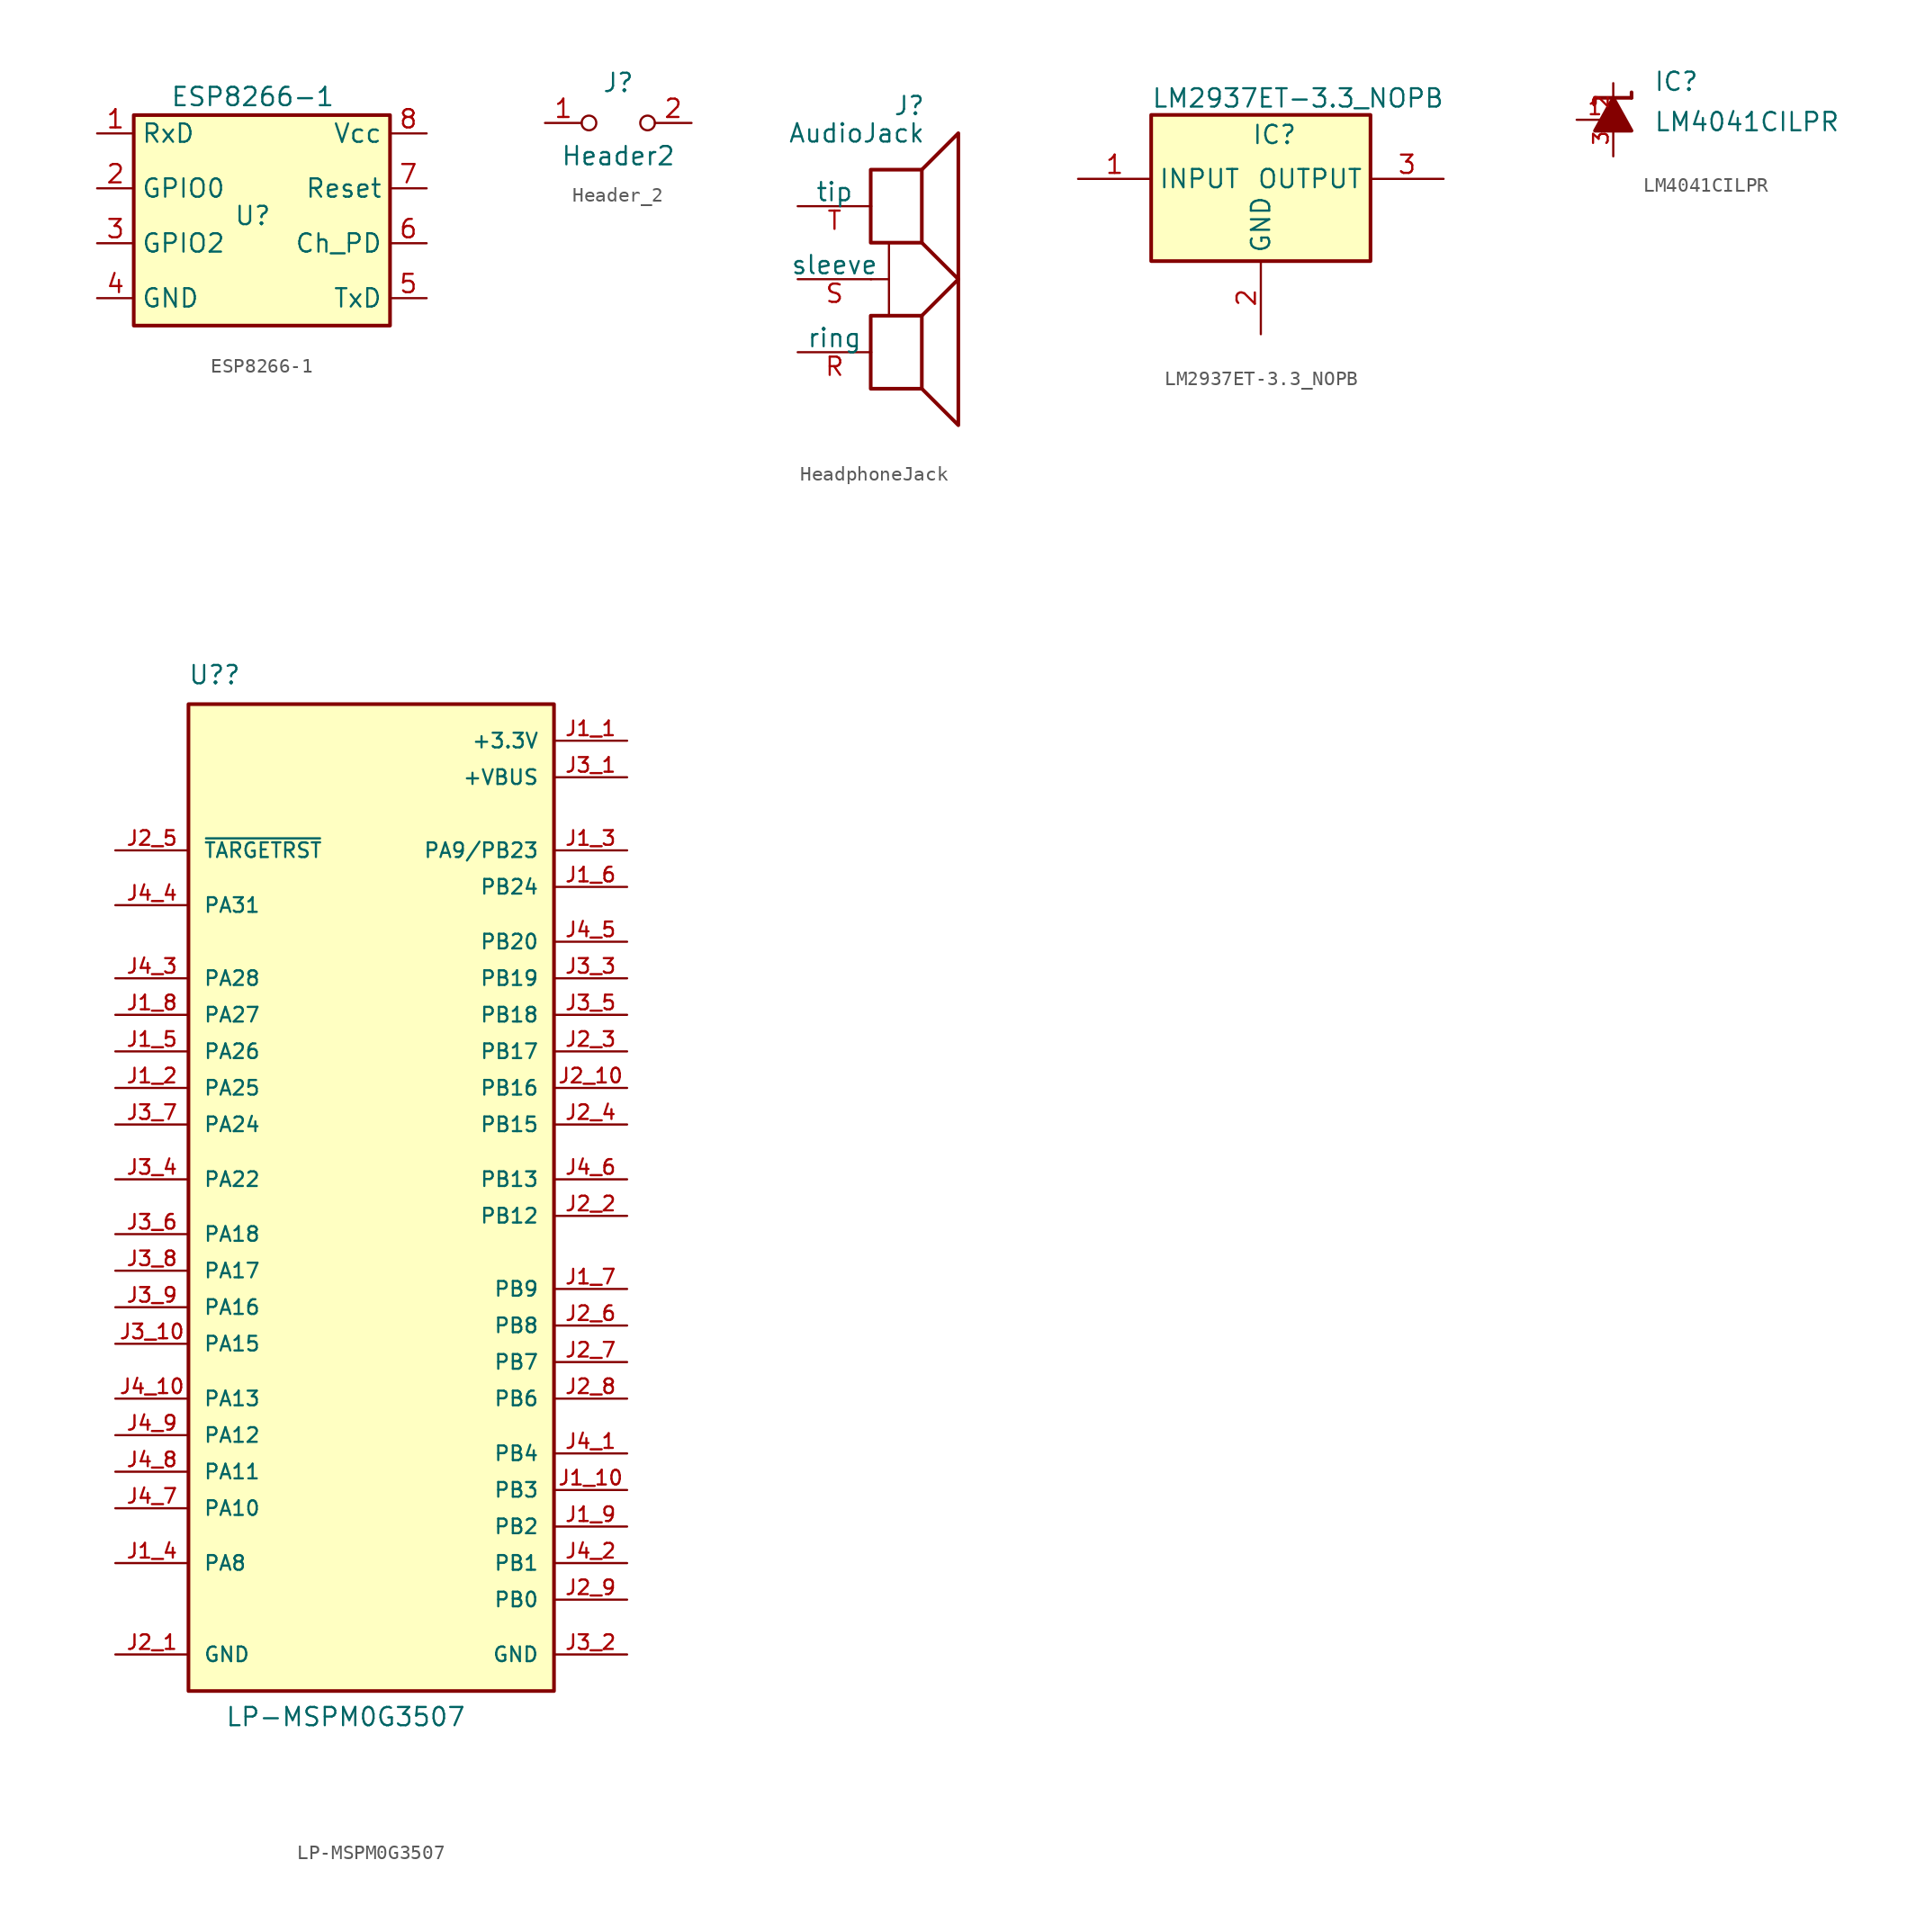
<source format=kicad_sym>
(kicad_symbol_lib
  (version 20231120)
  (generator "kicad_symbol_editor")
  (generator_version "8.0")
  (symbol "ESP8266-1"
    (property "Reference" "U"
      (at 0 0 0)
      (effects (font (size 1.27 1.27))))
    (property "Value" "ESP8266-1"
      (at 0 8.255 0)
      (effects (font (size 1.27 1.27))))
    (symbol "ESP8266-1_1_1"
      (rectangle (start -8.255 6.985) (end 9.525 -7.62) (stroke (width 0.254) (type default)) (fill (type background)))
      (pin passive line (at -10.795 5.715 0) (length 2.54) (name "RxD" (effects (font (size 1.27 1.27)))) (number "1" (effects (font (size 1.27 1.27)))))
      (pin passive line (at -10.795 1.905 0) (length 2.54) (name "GPIO0" (effects (font (size 1.27 1.27)))) (number "2" (effects (font (size 1.27 1.27)))))
      (pin passive line (at -10.795 -1.905 0) (length 2.54) (name "GPIO2" (effects (font (size 1.27 1.27)))) (number "3" (effects (font (size 1.27 1.27)))))
      (pin passive line (at -10.795 -5.715 0) (length 2.54) (name "GND" (effects (font (size 1.27 1.27)))) (number "4" (effects (font (size 1.27 1.27)))))
      (pin passive line (at 12.065 -5.715 180) (length 2.54) (name "TxD" (effects (font (size 1.27 1.27)))) (number "5" (effects (font (size 1.27 1.27)))))
      (pin passive line (at 12.065 -1.905 180) (length 2.54) (name "Ch_PD" (effects (font (size 1.27 1.27)))) (number "6" (effects (font (size 1.27 1.27)))))
      (pin passive line (at 12.065 1.905 180) (length 2.54) (name "Reset" (effects (font (size 1.27 1.27)))) (number "7" (effects (font (size 1.27 1.27)))))
      (pin passive line (at 12.065 5.715 180) (length 2.54) (name "Vcc" (effects (font (size 1.27 1.27)))) (number "8" (effects (font (size 1.27 1.27)))))))
  (symbol "Header_2"
    (pin_names
      (offset 0) hide)
    (property "Reference" "J"
      (at 0 2.794 0)
      (effects (font (size 1.27 1.27))))
    (property "Value" "Header2"
      (at 0 -2.286 0)
      (effects (font (size 1.27 1.27))))
    (symbol "Header_2_0_0"
      (circle (center -2.032 0) (radius 0.508) (stroke (width 0) (type default)) (fill (type none)))
      (circle (center 2.032 0) (radius 0.508) (stroke (width 0) (type default)) (fill (type none))))
    (symbol "Header_2_1_1"
      (pin passive line (at -5.08 0 0) (length 2.54) (name "A" (effects (font (size 1.27 1.27)))) (number "1" (effects (font (size 1.27 1.27)))))
      (pin passive line (at 5.08 0 180) (length 2.54) (name "B" (effects (font (size 1.27 1.27)))) (number "2" (effects (font (size 1.27 1.27)))))))
  (symbol "HeadphoneJack"
    (pin_names
      (offset 0))
    (property "Reference" "J"
      (at 1.27 5.715 0)
      (effects (font (size 1.27 1.27)) (justify right)))
    (property "Value" "AudioJack"
      (at 1.27 3.81 0)
      (effects (font (size 1.27 1.27)) (justify right)))
    (symbol "HeadphoneJack_0_0"
      (rectangle (start -2.54 -8.89) (end 1.016 -13.97) (stroke (width 0.254) (type default)) (fill (type none)))
      (rectangle (start -2.54 1.27) (end 1.016 -3.81) (stroke (width 0.254) (type default)) (fill (type none)))
      (polyline (pts (xy 1.016 -8.89) (xy 3.556 -6.35) (xy 3.556 -16.51) (xy 1.016 -13.97)) (stroke (width 0.254) (type default)) (fill (type none)))
      (polyline (pts (xy 1.016 1.27) (xy 3.556 3.81) (xy 3.556 -6.35) (xy 1.016 -3.81)) (stroke (width 0.254) (type default)) (fill (type none))))
    (symbol "HeadphoneJack_0_1"
      (polyline (pts (xy -2.54 -6.35) (xy -1.27 -6.35) (xy -1.27 -3.81) (xy -1.27 -8.89)) (stroke (width 0) (type default)) (fill (type none))))
    (symbol "HeadphoneJack_1_1"
      (pin input line (at -7.62 -11.43 0) (length 5.12) (name "ring" (effects (font (size 1.27 1.27)))) (number "R" (effects (font (size 1.27 1.27)))))
      (pin input line (at -7.62 -6.35 0) (length 5.12) (name "sleeve" (effects (font (size 1.27 1.27)))) (number "S" (effects (font (size 1.27 1.27)))))
      (pin input line (at -7.62 -1.27 0) (length 5.12) (name "tip" (effects (font (size 1.27 1.27)))) (number "T" (effects (font (size 1.27 1.27)))))))
  (symbol "LM2937ET-3.3_NOPB"
    (property "Reference" "IC"
      (at 12.065 1.905 0)
      (effects (font (size 1.27 1.27)) (justify left top)))
    (property "Value" "LM2937ET-3.3_NOPB"
      (at 5.08 4.445 0)
      (effects (font (size 1.27 1.27)) (justify left top)))
    (symbol "LM2937ET-3.3_NOPB_1_1"
      (rectangle (start 5.08 2.54) (end 20.32 -7.62) (stroke (width 0.254) (type default)) (fill (type background)))
      (pin power_in line (at 0 -1.905 0) (length 5.08) (name "INPUT" (effects (font (size 1.27 1.27)))) (number "1" (effects (font (size 1.27 1.27)))))
      (pin passive line (at 12.7 -12.7 90) (length 5.08) (name "GND" (effects (font (size 1.27 1.27)))) (number "2" (effects (font (size 1.27 1.27)))))
      (pin power_out line (at 25.4 -1.905 180) (length 5.08) (name "OUTPUT" (effects (font (size 1.27 1.27)))) (number "3" (effects (font (size 1.27 1.27)))))))
  (symbol "LM4041CILPR"
    (pin_names
      (offset 1.016))
    (property "Reference" "IC"
      (at 2.796 1.907 0)
      (effects (font (size 1.27 1.27)) (justify left bottom)))
    (property "Value" "LM4041CILPR"
      (at 2.796 -0.89 0)
      (effects (font (size 1.27 1.27)) (justify left bottom)))
    (symbol "LM4041CILPR_0_0"
      (polyline (pts (xy -1.27 1.524) (xy -1.27 1.143)) (stroke (width 0.254) (type default)) (fill (type none)))
      (polyline (pts (xy 0 1.524) (xy -1.27 1.524)) (stroke (width 0.254) (type default)) (fill (type none)))
      (polyline (pts (xy 1.27 1.524) (xy 0 1.524)) (stroke (width 0.254) (type default)) (fill (type none)))
      (polyline (pts (xy 1.27 1.905) (xy 1.27 1.524)) (stroke (width 0.254) (type default)) (fill (type none)))
      (polyline (pts (xy 0 1.524) (xy -1.27 -0.762) (xy 1.27 -0.762) (xy 0 1.524)) (stroke (width 0.254) (type default)) (fill (type outline)))
      (pin passive line (at -2.54 0 0) (length 2.54) (name "~" (effects (font (size 1.016 1.016)))) (number "1" (effects (font (size 1.016 1.016)))))
      (pin passive line (at 0 2.54 270) (length 2.54) (name "~" (effects (font (size 1.016 1.016)))) (number "2" (effects (font (size 1.016 1.016)))))
      (pin passive line (at 0 -2.54 90) (length 2.54) (name "~" (effects (font (size 1.016 1.016)))) (number "3" (effects (font (size 1.016 1.016)))))))
  (symbol "LP-MSPM0G3507"
    (pin_names
      (offset 1.016))
    (property "Reference" "U?"
      (at -12.737 34.31 0)
      (effects (font (size 1.27 1.27)) (justify left bottom)))
    (property "Value" "LP-MSPM0G3507"
      (at -10.16 -38.1 0)
      (effects (font (size 1.27 1.27)) (justify left bottom)))
    (symbol "LP-MSPM0G3507_0_0"
      (rectangle (start -12.7 -35.56) (end 12.7 33.02) (stroke (width 0.254) (type default)) (fill (type background))))
    (symbol "LP-MSPM0G3507_1_0"
      (pin power_out line (at 17.78 30.48 180) (length 5.08) (name "+3.3V" (effects (font (size 1.016 1.016)))) (number "J1_1" (effects (font (size 1.016 1.016)))))
      (pin bidirectional line (at 17.78 -21.59 180) (length 5.08) (name "PB3" (effects (font (size 1.016 1.016)))) (number "J1_10" (effects (font (size 1.016 1.016)))))
      (pin bidirectional line (at -17.78 6.35 0) (length 5.08) (name "PA25" (effects (font (size 1.016 1.016)))) (number "J1_2" (effects (font (size 1.016 1.016)))))
      (pin bidirectional line (at 17.78 22.86 180) (length 5.08) (name "PA9/PB23" (effects (font (size 1.016 1.016)))) (number "J1_3" (effects (font (size 1.016 1.016)))))
      (pin bidirectional line (at -17.78 -26.67 0) (length 5.08) (name "PA8" (effects (font (size 1.016 1.016)))) (number "J1_4" (effects (font (size 1.016 1.016)))))
      (pin bidirectional line (at -17.78 8.89 0) (length 5.08) (name "PA26" (effects (font (size 1.016 1.016)))) (number "J1_5" (effects (font (size 1.016 1.016)))))
      (pin bidirectional line (at 17.78 20.32 180) (length 5.08) (name "PB24" (effects (font (size 1.016 1.016)))) (number "J1_6" (effects (font (size 1.016 1.016)))))
      (pin bidirectional line (at 17.78 -7.62 180) (length 5.08) (name "PB9" (effects (font (size 1.016 1.016)))) (number "J1_7" (effects (font (size 1.016 1.016)))))
      (pin bidirectional line (at -17.78 11.43 0) (length 5.08) (name "PA27" (effects (font (size 1.016 1.016)))) (number "J1_8" (effects (font (size 1.016 1.016)))))
      (pin bidirectional line (at 17.78 -24.13 180) (length 5.08) (name "PB2" (effects (font (size 1.016 1.016)))) (number "J1_9" (effects (font (size 1.016 1.016)))))
      (pin power_out line (at -17.78 -33.02 0) (length 5.08) (name "GND" (effects (font (size 1.016 1.016)))) (number "J2_1" (effects (font (size 1.016 1.016)))))
      (pin bidirectional line (at 17.78 6.35 180) (length 5.08) (name "PB16" (effects (font (size 1.016 1.016)))) (number "J2_10" (effects (font (size 1.016 1.016)))))
      (pin bidirectional line (at 17.78 -2.54 180) (length 5.08) (name "PB12" (effects (font (size 1.016 1.016)))) (number "J2_2" (effects (font (size 1.016 1.016)))))
      (pin bidirectional line (at 17.78 8.89 180) (length 5.08) (name "PB17" (effects (font (size 1.016 1.016)))) (number "J2_3" (effects (font (size 1.016 1.016)))))
      (pin bidirectional line (at 17.78 3.81 180) (length 5.08) (name "PB15" (effects (font (size 1.016 1.016)))) (number "J2_4" (effects (font (size 1.016 1.016)))))
      (pin input line (at -17.78 22.86 0) (length 5.08) (name "~{TARGETRST}" (effects (font (size 1.016 1.016)))) (number "J2_5" (effects (font (size 1.016 1.016)))))
      (pin bidirectional line (at 17.78 -10.16 180) (length 5.08) (name "PB8" (effects (font (size 1.016 1.016)))) (number "J2_6" (effects (font (size 1.016 1.016)))))
      (pin bidirectional line (at 17.78 -12.7 180) (length 5.08) (name "PB7" (effects (font (size 1.016 1.016)))) (number "J2_7" (effects (font (size 1.016 1.016)))))
      (pin bidirectional line (at 17.78 -15.24 180) (length 5.08) (name "PB6" (effects (font (size 1.016 1.016)))) (number "J2_8" (effects (font (size 1.016 1.016)))))
      (pin bidirectional line (at 17.78 -29.21 180) (length 5.08) (name "PB0" (effects (font (size 1.016 1.016)))) (number "J2_9" (effects (font (size 1.016 1.016)))))
      (pin power_out line (at 17.78 27.94 180) (length 5.08) (name "+VBUS" (effects (font (size 1.016 1.016)))) (number "J3_1" (effects (font (size 1.016 1.016)))))
      (pin bidirectional line (at -17.78 -11.43 0) (length 5.08) (name "PA15" (effects (font (size 1.016 1.016)))) (number "J3_10" (effects (font (size 1.016 1.016)))))
      (pin power_out line (at 17.78 -33.02 180) (length 5.08) (name "GND" (effects (font (size 1.016 1.016)))) (number "J3_2" (effects (font (size 1.016 1.016)))))
      (pin bidirectional line (at 17.78 13.97 180) (length 5.08) (name "PB19" (effects (font (size 1.016 1.016)))) (number "J3_3" (effects (font (size 1.016 1.016)))))
      (pin bidirectional line (at -17.78 0 0) (length 5.08) (name "PA22" (effects (font (size 1.016 1.016)))) (number "J3_4" (effects (font (size 1.016 1.016)))))
      (pin bidirectional line (at 17.78 11.43 180) (length 5.08) (name "PB18" (effects (font (size 1.016 1.016)))) (number "J3_5" (effects (font (size 1.016 1.016)))))
      (pin bidirectional line (at -17.78 -3.81 0) (length 5.08) (name "PA18" (effects (font (size 1.016 1.016)))) (number "J3_6" (effects (font (size 1.016 1.016)))))
      (pin bidirectional line (at -17.78 3.81 0) (length 5.08) (name "PA24" (effects (font (size 1.016 1.016)))) (number "J3_7" (effects (font (size 1.016 1.016)))))
      (pin bidirectional line (at -17.78 -6.35 0) (length 5.08) (name "PA17" (effects (font (size 1.016 1.016)))) (number "J3_8" (effects (font (size 1.016 1.016)))))
      (pin bidirectional line (at -17.78 -8.89 0) (length 5.08) (name "PA16" (effects (font (size 1.016 1.016)))) (number "J3_9" (effects (font (size 1.016 1.016)))))
      (pin bidirectional line (at 17.78 -19.05 180) (length 5.08) (name "PB4" (effects (font (size 1.016 1.016)))) (number "J4_1" (effects (font (size 1.016 1.016)))))
      (pin bidirectional line (at -17.78 -15.24 0) (length 5.08) (name "PA13" (effects (font (size 1.016 1.016)))) (number "J4_10" (effects (font (size 1.016 1.016)))))
      (pin bidirectional line (at 17.78 -26.67 180) (length 5.08) (name "PB1" (effects (font (size 1.016 1.016)))) (number "J4_2" (effects (font (size 1.016 1.016)))))
      (pin bidirectional line (at -17.78 13.97 0) (length 5.08) (name "PA28" (effects (font (size 1.016 1.016)))) (number "J4_3" (effects (font (size 1.016 1.016)))))
      (pin bidirectional line (at -17.78 19.05 0) (length 5.08) (name "PA31" (effects (font (size 1.016 1.016)))) (number "J4_4" (effects (font (size 1.016 1.016)))))
      (pin bidirectional line (at 17.78 16.51 180) (length 5.08) (name "PB20" (effects (font (size 1.016 1.016)))) (number "J4_5" (effects (font (size 1.016 1.016)))))
      (pin bidirectional line (at 17.78 0 180) (length 5.08) (name "PB13" (effects (font (size 1.016 1.016)))) (number "J4_6" (effects (font (size 1.016 1.016)))))
      (pin bidirectional line (at -17.78 -22.86 0) (length 5.08) (name "PA10" (effects (font (size 1.016 1.016)))) (number "J4_7" (effects (font (size 1.016 1.016)))))
      (pin bidirectional line (at -17.78 -20.32 0) (length 5.08) (name "PA11" (effects (font (size 1.016 1.016)))) (number "J4_8" (effects (font (size 1.016 1.016)))))
      (pin bidirectional line (at -17.78 -17.78 0) (length 5.08) (name "PA12" (effects (font (size 1.016 1.016)))) (number "J4_9" (effects (font (size 1.016 1.016))))))))
</source>
